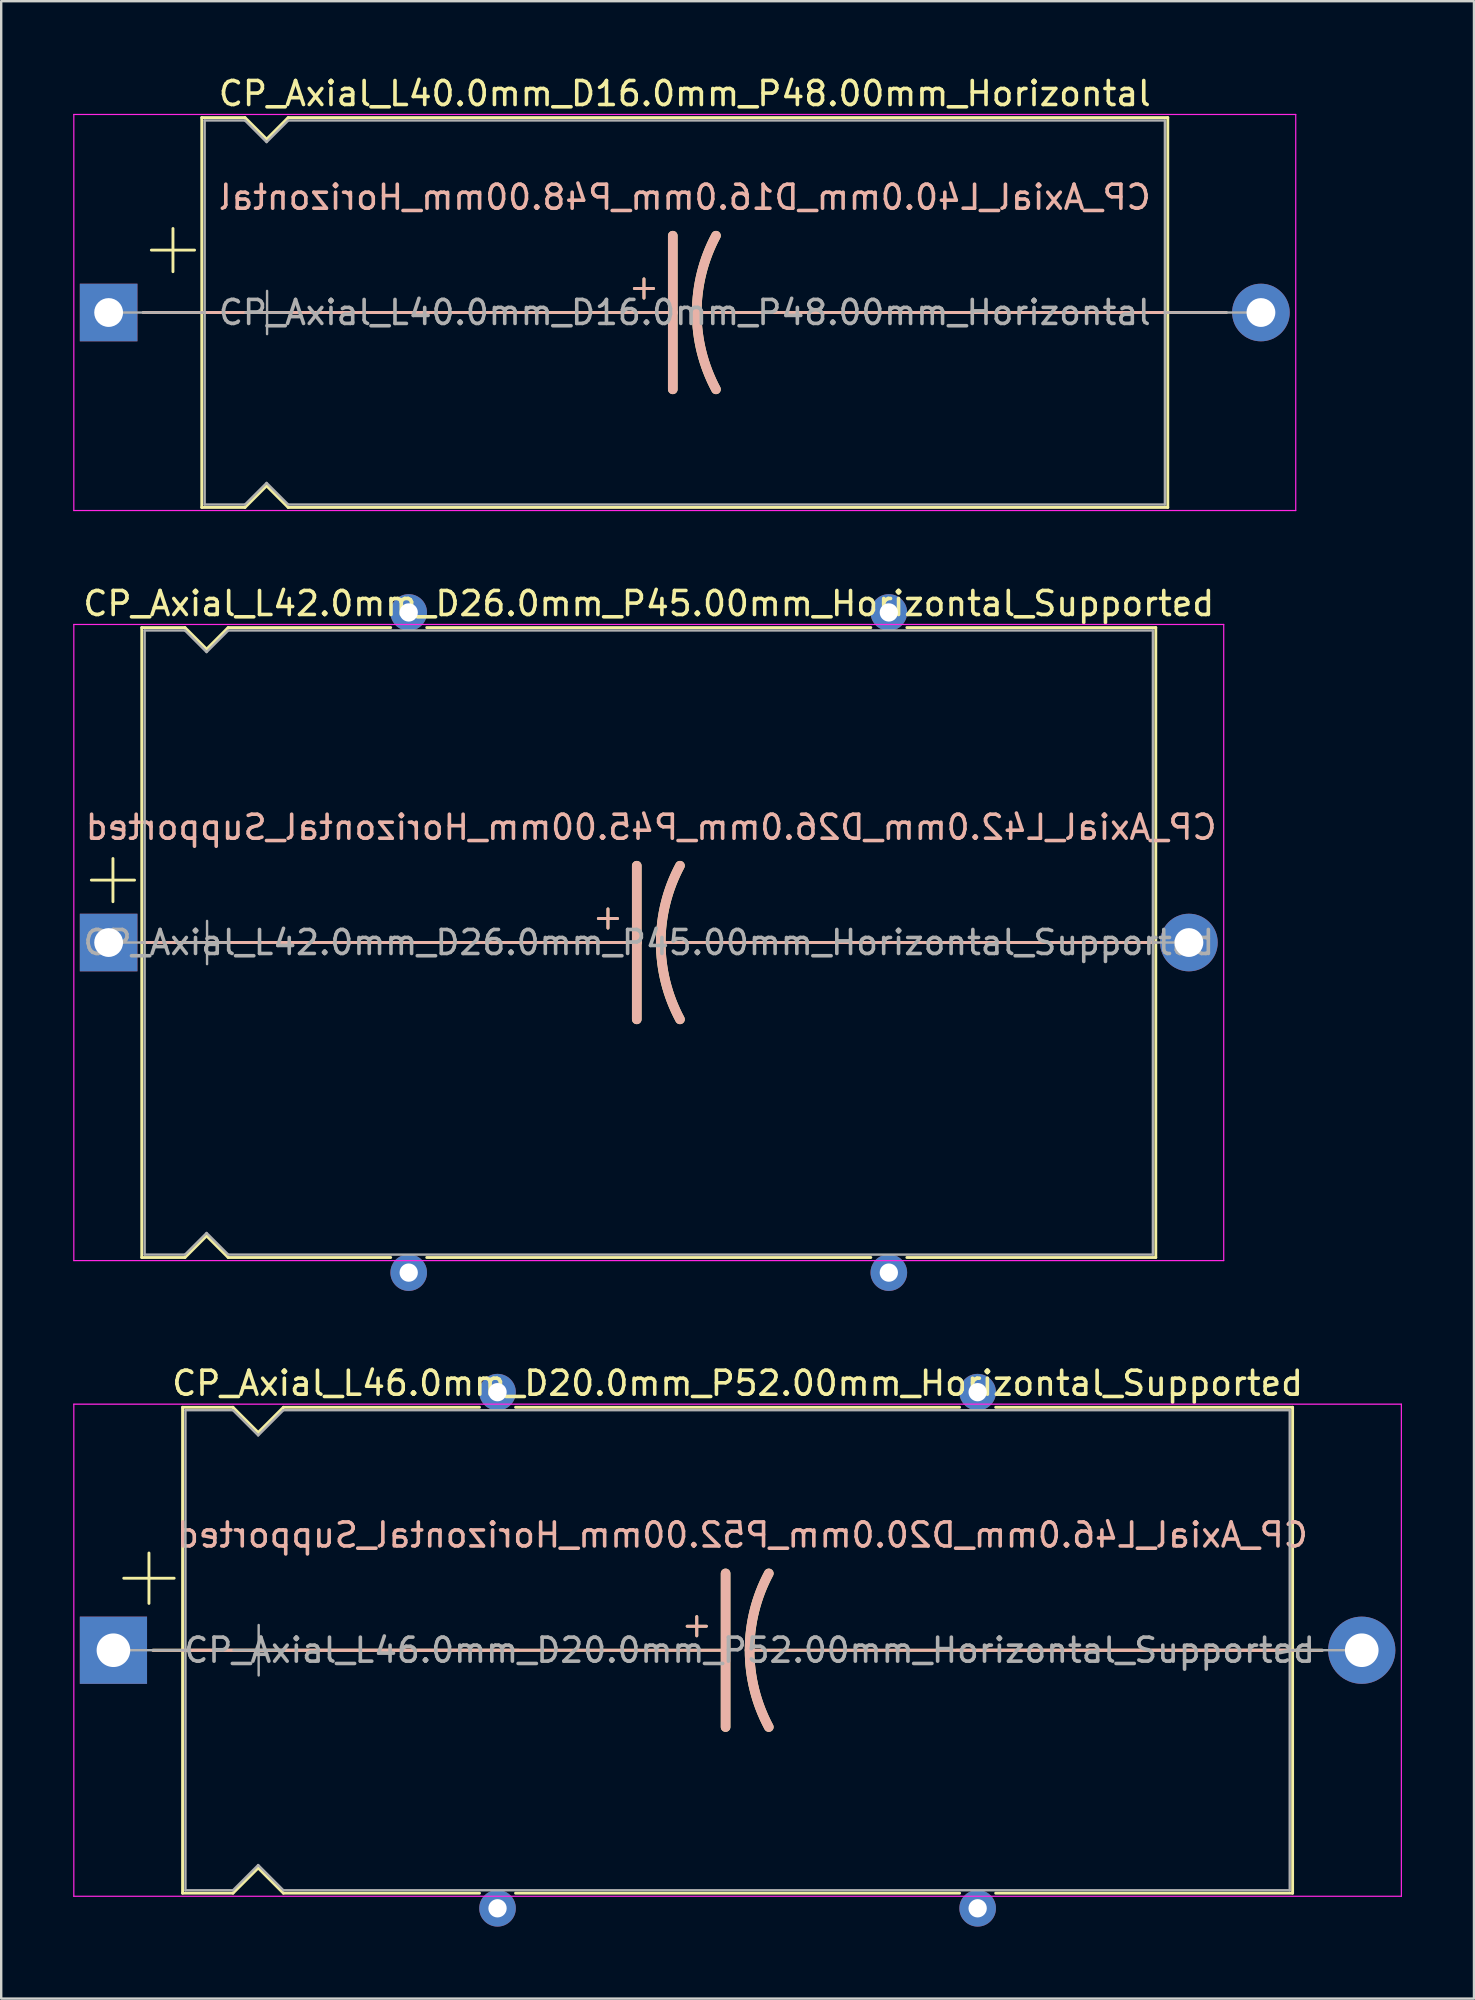
<source format=kicad_pcb>
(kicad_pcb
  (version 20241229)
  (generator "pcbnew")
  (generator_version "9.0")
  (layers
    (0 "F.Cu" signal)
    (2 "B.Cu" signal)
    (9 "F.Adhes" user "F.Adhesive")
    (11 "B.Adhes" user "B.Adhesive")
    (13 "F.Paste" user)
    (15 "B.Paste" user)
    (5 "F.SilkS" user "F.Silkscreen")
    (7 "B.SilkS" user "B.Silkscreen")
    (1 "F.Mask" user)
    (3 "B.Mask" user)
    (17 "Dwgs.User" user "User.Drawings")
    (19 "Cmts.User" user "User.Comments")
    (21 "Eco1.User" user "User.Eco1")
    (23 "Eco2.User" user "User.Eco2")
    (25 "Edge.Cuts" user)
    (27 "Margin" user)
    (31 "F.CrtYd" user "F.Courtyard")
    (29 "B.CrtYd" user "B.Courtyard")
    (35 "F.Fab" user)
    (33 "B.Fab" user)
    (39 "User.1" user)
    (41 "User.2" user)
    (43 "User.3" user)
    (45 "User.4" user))
  (footprint "CP_Axial_L42.0mm_D26.0mm_P45.00mm_Horizontal_Supported"
    (layer "F.Cu")
    (at 1.475 36.212)
    (property "Reference" "CP_Axial_L42.0mm_D26.0mm_P45.00mm_Horizontal_Supported" (at 22.5 -14.12 0) (layer "F.SilkS") (effects (font (size 1 1) (thickness 0.15))))
    (fp_line (start -0.72 -2.6) (end 1.08 -2.6) (stroke (width 0.12) (type solid)) (layer "F.SilkS"))
    (fp_line (start 0.18 -3.5) (end 0.18 -1.7) (stroke (width 0.12) (type solid)) (layer "F.SilkS"))
    (fp_line (start 1.38 -13.12) (end 1.38 13.12) (stroke (width 0.12) (type solid)) (layer "F.SilkS"))
    (fp_line (start 1.38 -13.12) (end 3.18 -13.12) (stroke (width 0.12) (type solid)) (layer "F.SilkS"))
    (fp_line (start 1.38 0) (end 22 0) (stroke (width 0.12) (type solid)) (layer "F.SilkS"))
    (fp_line (start 1.38 13.12) (end 3.18 13.12) (stroke (width 0.12) (type solid)) (layer "F.SilkS"))
    (fp_line (start 3.18 -13.12) (end 4.08 -12.22) (stroke (width 0.12) (type solid)) (layer "F.SilkS"))
    (fp_line (start 3.18 13.12) (end 4.08 12.22) (stroke (width 0.12) (type solid)) (layer "F.SilkS"))
    (fp_line (start 4.08 -12.22) (end 4.98 -13.12) (stroke (width 0.12) (type solid)) (layer "F.SilkS"))
    (fp_line (start 4.08 12.22) (end 4.98 13.12) (stroke (width 0.12) (type solid)) (layer "F.SilkS"))
    (fp_line (start 4.98 -13.12) (end 11.75 -13.12) (stroke (width 0.12) (type solid)) (layer "F.SilkS"))
    (fp_line (start 4.98 13.12) (end 11.75 13.12) (stroke (width 0.12) (type solid)) (layer "F.SilkS"))
    (fp_line (start 13.25 -13.12) (end 31.75 -13.12) (stroke (width 0.12) (type solid)) (layer "F.SilkS"))
    (fp_line (start 13.25 13.12) (end 31.75 13.12) (stroke (width 0.12) (type solid)) (layer "F.SilkS"))
    (fp_line (start 20.4 -1) (end 21.2 -1) (stroke (width 0.12) (type solid)) (layer "F.SilkS"))
    (fp_line (start 20.8 -1.4) (end 20.8 -0.6) (stroke (width 0.12) (type solid)) (layer "F.SilkS"))
    (fp_line (start 22 0) (end 22 -3.2) (stroke (width 0.4) (type solid)) (layer "F.SilkS"))
    (fp_line (start 22 0) (end 22 3.2) (stroke (width 0.4) (type solid)) (layer "F.SilkS"))
    (fp_line (start 33.25 -13.12) (end 43.62 -13.12) (stroke (width 0.12) (type solid)) (layer "F.SilkS"))
    (fp_line (start 33.25 13.12) (end 43.62 13.12) (stroke (width 0.12) (type solid)) (layer "F.SilkS"))
    (fp_line (start 43.62 -13.12) (end 43.62 13.12) (stroke (width 0.12) (type solid)) (layer "F.SilkS"))
    (fp_line (start 43.62 0) (end 23 0) (stroke (width 0.12) (type solid)) (layer "F.SilkS"))
    (fp_arc (start 23 0) (mid 23.203545 -1.649114) (end 23.8 -3.2) (stroke (width 0.4) (type solid)) (layer "F.SilkS"))
    (fp_arc (start 23.8 3.2) (mid 23.200704 1.649824) (end 23 0) (stroke (width 0.4) (type solid)) (layer "F.SilkS"))
    (fp_line (start 1.38 0) (end 22 0) (stroke (width 0.12) (type solid)) (layer "B.SilkS"))
    (fp_line (start 1.4 0) (end 13.38 0) (stroke (width 0.12) (type solid)) (layer "B.SilkS"))
    (fp_line (start 20.4 -1) (end 21.2 -1) (stroke (width 0.12) (type solid)) (layer "B.SilkS"))
    (fp_line (start 20.8 -0.6) (end 20.8 -1.4) (stroke (width 0.12) (type solid)) (layer "B.SilkS"))
    (fp_line (start 22 0) (end 22 -3.2) (stroke (width 0.4) (type solid)) (layer "B.SilkS"))
    (fp_line (start 22 0) (end 22 3.2) (stroke (width 0.4) (type solid)) (layer "B.SilkS"))
    (fp_line (start 43.6 0) (end 31.62 0) (stroke (width 0.12) (type solid)) (layer "B.SilkS"))
    (fp_line (start 43.62 0) (end 23 0) (stroke (width 0.12) (type solid)) (layer "B.SilkS"))
    (fp_arc (start 23 0) (mid 23.200703 -1.649824) (end 23.8 -3.2) (stroke (width 0.4) (type solid)) (layer "B.SilkS"))
    (fp_arc (start 23.8 3.2) (mid 23.203544 1.649114) (end 23 0) (stroke (width 0.4) (type solid)) (layer "B.SilkS"))
    (fp_line (start -1.45 -13.25) (end -1.45 13.25) (stroke (width 0.05) (type solid)) (layer "F.CrtYd"))
    (fp_line (start -1.45 13.25) (end 46.45 13.25) (stroke (width 0.05) (type solid)) (layer "F.CrtYd"))
    (fp_line (start 46.45 -13.25) (end -1.45 -13.25) (stroke (width 0.05) (type solid)) (layer "F.CrtYd"))
    (fp_line (start 46.45 13.25) (end 46.45 -13.25) (stroke (width 0.05) (type solid)) (layer "F.CrtYd"))
    (fp_line (start 0 0) (end 1.5 0) (stroke (width 0.1) (type solid)) (layer "F.Fab"))
    (fp_line (start 1.5 -13) (end 1.5 13) (stroke (width 0.1) (type solid)) (layer "F.Fab"))
    (fp_line (start 1.5 -13) (end 3.18 -13) (stroke (width 0.1) (type solid)) (layer "F.Fab"))
    (fp_line (start 1.5 13) (end 3.18 13) (stroke (width 0.1) (type solid)) (layer "F.Fab"))
    (fp_line (start 3.18 -13) (end 4.08 -12.1) (stroke (width 0.1) (type solid)) (layer "F.Fab"))
    (fp_line (start 3.18 13) (end 4.08 12.1) (stroke (width 0.1) (type solid)) (layer "F.Fab"))
    (fp_line (start 3.2 0) (end 5 0) (stroke (width 0.1) (type solid)) (layer "F.Fab"))
    (fp_line (start 4.08 -12.1) (end 4.98 -13) (stroke (width 0.1) (type solid)) (layer "F.Fab"))
    (fp_line (start 4.08 12.1) (end 4.98 13) (stroke (width 0.1) (type solid)) (layer "F.Fab"))
    (fp_line (start 4.1 -0.9) (end 4.1 0.9) (stroke (width 0.1) (type solid)) (layer "F.Fab"))
    (fp_line (start 4.98 -13) (end 43.5 -13) (stroke (width 0.1) (type solid)) (layer "F.Fab"))
    (fp_line (start 4.98 13) (end 43.5 13) (stroke (width 0.1) (type solid)) (layer "F.Fab"))
    (fp_line (start 43.5 -13) (end 43.5 13) (stroke (width 0.1) (type solid)) (layer "F.Fab"))
    (fp_line (start 45 0) (end 43.5 0) (stroke (width 0.1) (type solid)) (layer "F.Fab"))
    (fp_text user "${REFERENCE}" (at 22.6 -4.8 0) (layer "B.SilkS") (effects (font (size 1 1) (thickness 0.15)) (justify mirror)))
    (fp_text user "${REFERENCE}" (at 22.5 0 0) (layer "F.Fab") (effects (font (size 1 1) (thickness 0.15))))
    (pad "" thru_hole circle (at 12.5 -13.75) (size 1.524 1.524) (drill 0.762) (layers "*.Cu" "*.Mask"))
    (pad "" thru_hole circle (at 12.5 13.75) (size 1.524 1.524) (drill 0.762) (layers "*.Cu" "*.Mask"))
    (pad "" thru_hole circle (at 32.5 -13.75) (size 1.524 1.524) (drill 0.762) (layers "*.Cu" "*.Mask"))
    (pad "" thru_hole circle (at 32.5 13.75) (size 1.524 1.524) (drill 0.762) (layers "*.Cu" "*.Mask"))
    (pad "1" thru_hole rect (at 0 0) (size 2.4 2.4) (drill 1.2) (layers "*.Cu" "*.Mask"))
    (pad "2" thru_hole oval (at 45 0) (size 2.4 2.4) (drill 1.2) (layers "*.Cu" "*.Mask")))
  (footprint "CP_Axial_L46.0mm_D20.0mm_P52.00mm_Horizontal_Supported"
    (layer "F.Cu")
    (at 1.675 65.692)
    (property "Reference" "CP_Axial_L46.0mm_D20.0mm_P52.00mm_Horizontal_Supported" (at 26 -11.12 0) (layer "F.SilkS") (effects (font (size 1 1) (thickness 0.15))))
    (fp_line (start 0.43 -3) (end 2.53 -3) (stroke (width 0.12) (type solid)) (layer "F.SilkS"))
    (fp_line (start 1.48 -4.05) (end 1.48 -1.95) (stroke (width 0.12) (type solid)) (layer "F.SilkS"))
    (fp_line (start 1.64 0) (end 2.88 0) (stroke (width 0.12) (type solid)) (layer "F.SilkS"))
    (fp_line (start 2.88 -10.12) (end 2.88 10.12) (stroke (width 0.12) (type solid)) (layer "F.SilkS"))
    (fp_line (start 2.88 -10.12) (end 4.98 -10.12) (stroke (width 0.12) (type solid)) (layer "F.SilkS"))
    (fp_line (start 2.88 0) (end 25.5 0) (stroke (width 0.12) (type solid)) (layer "F.SilkS"))
    (fp_line (start 2.88 10.12) (end 4.98 10.12) (stroke (width 0.12) (type solid)) (layer "F.SilkS"))
    (fp_line (start 4.98 -10.12) (end 6.03 -9.07) (stroke (width 0.12) (type solid)) (layer "F.SilkS"))
    (fp_line (start 4.98 10.12) (end 6.03 9.07) (stroke (width 0.12) (type solid)) (layer "F.SilkS"))
    (fp_line (start 6.03 -9.07) (end 7.08 -10.12) (stroke (width 0.12) (type solid)) (layer "F.SilkS"))
    (fp_line (start 6.03 9.07) (end 7.08 10.12) (stroke (width 0.12) (type solid)) (layer "F.SilkS"))
    (fp_line (start 7.08 -10.12) (end 15.25 -10.12) (stroke (width 0.12) (type solid)) (layer "F.SilkS"))
    (fp_line (start 7.08 10.12) (end 15.25 10.12) (stroke (width 0.12) (type solid)) (layer "F.SilkS"))
    (fp_line (start 16.75 -10.12) (end 35.25 -10.12) (stroke (width 0.12) (type solid)) (layer "F.SilkS"))
    (fp_line (start 16.75 10.12) (end 35.25 10.12) (stroke (width 0.12) (type solid)) (layer "F.SilkS"))
    (fp_line (start 23.9 -1) (end 24.7 -1) (stroke (width 0.12) (type solid)) (layer "F.SilkS"))
    (fp_line (start 24.3 -1.4) (end 24.3 -0.6) (stroke (width 0.12) (type solid)) (layer "F.SilkS"))
    (fp_line (start 25.5 0) (end 25.5 -3.2) (stroke (width 0.4) (type solid)) (layer "F.SilkS"))
    (fp_line (start 25.5 0) (end 25.5 3.2) (stroke (width 0.4) (type solid)) (layer "F.SilkS"))
    (fp_line (start 36.75 -10.12) (end 49.12 -10.12) (stroke (width 0.12) (type solid)) (layer "F.SilkS"))
    (fp_line (start 36.75 10.12) (end 49.12 10.12) (stroke (width 0.12) (type solid)) (layer "F.SilkS"))
    (fp_line (start 49.12 -10.12) (end 49.12 10.12) (stroke (width 0.12) (type solid)) (layer "F.SilkS"))
    (fp_line (start 49.12 0) (end 26.5 0) (stroke (width 0.12) (type solid)) (layer "F.SilkS"))
    (fp_line (start 50.36 0) (end 49.12 0) (stroke (width 0.12) (type solid)) (layer "F.SilkS"))
    (fp_arc (start 26.5 0) (mid 26.703545 -1.649114) (end 27.3 -3.2) (stroke (width 0.4) (type solid)) (layer "F.SilkS"))
    (fp_arc (start 27.3 3.2) (mid 26.700704 1.649824) (end 26.5 0) (stroke (width 0.4) (type solid)) (layer "F.SilkS"))
    (fp_line (start 1.65 0) (end 16.88 0) (stroke (width 0.12) (type solid)) (layer "B.SilkS"))
    (fp_line (start 2.88 0) (end 25.5 0) (stroke (width 0.12) (type solid)) (layer "B.SilkS"))
    (fp_line (start 23.9 -1) (end 24.7 -1) (stroke (width 0.12) (type solid)) (layer "B.SilkS"))
    (fp_line (start 24.3 -0.6) (end 24.3 -1.4) (stroke (width 0.12) (type solid)) (layer "B.SilkS"))
    (fp_line (start 25.5 0) (end 25.5 -3.2) (stroke (width 0.4) (type solid)) (layer "B.SilkS"))
    (fp_line (start 25.5 0) (end 25.5 3.2) (stroke (width 0.4) (type solid)) (layer "B.SilkS"))
    (fp_line (start 49.12 0) (end 26.5 0) (stroke (width 0.12) (type solid)) (layer "B.SilkS"))
    (fp_line (start 50.35 0) (end 35.12 0) (stroke (width 0.12) (type solid)) (layer "B.SilkS"))
    (fp_arc (start 26.5 0) (mid 26.700703 -1.649824) (end 27.3 -3.2) (stroke (width 0.4) (type solid)) (layer "B.SilkS"))
    (fp_arc (start 27.3 3.2) (mid 26.703544 1.649114) (end 26.5 0) (stroke (width 0.4) (type solid)) (layer "B.SilkS"))
    (fp_line (start -1.65 -10.25) (end -1.65 10.25) (stroke (width 0.05) (type solid)) (layer "F.CrtYd"))
    (fp_line (start -1.65 10.25) (end 53.65 10.25) (stroke (width 0.05) (type solid)) (layer "F.CrtYd"))
    (fp_line (start 53.65 -10.25) (end -1.65 -10.25) (stroke (width 0.05) (type solid)) (layer "F.CrtYd"))
    (fp_line (start 53.65 10.25) (end 53.65 -10.25) (stroke (width 0.05) (type solid)) (layer "F.CrtYd"))
    (fp_line (start 0 0) (end 3 0) (stroke (width 0.1) (type solid)) (layer "F.Fab"))
    (fp_line (start 3 -10) (end 3 10) (stroke (width 0.1) (type solid)) (layer "F.Fab"))
    (fp_line (start 3 -10) (end 4.98 -10) (stroke (width 0.1) (type solid)) (layer "F.Fab"))
    (fp_line (start 3 10) (end 4.98 10) (stroke (width 0.1) (type solid)) (layer "F.Fab"))
    (fp_line (start 4.98 -10) (end 6.03 -8.95) (stroke (width 0.1) (type solid)) (layer "F.Fab"))
    (fp_line (start 4.98 10) (end 6.03 8.95) (stroke (width 0.1) (type solid)) (layer "F.Fab"))
    (fp_line (start 5 0) (end 7.1 0) (stroke (width 0.1) (type solid)) (layer "F.Fab"))
    (fp_line (start 6.03 -8.95) (end 7.08 -10) (stroke (width 0.1) (type solid)) (layer "F.Fab"))
    (fp_line (start 6.03 8.95) (end 7.08 10) (stroke (width 0.1) (type solid)) (layer "F.Fab"))
    (fp_line (start 6.05 -1.05) (end 6.05 1.05) (stroke (width 0.1) (type solid)) (layer "F.Fab"))
    (fp_line (start 7.08 -10) (end 49 -10) (stroke (width 0.1) (type solid)) (layer "F.Fab"))
    (fp_line (start 7.08 10) (end 49 10) (stroke (width 0.1) (type solid)) (layer "F.Fab"))
    (fp_line (start 49 -10) (end 49 10) (stroke (width 0.1) (type solid)) (layer "F.Fab"))
    (fp_line (start 52 0) (end 49 0) (stroke (width 0.1) (type solid)) (layer "F.Fab"))
    (fp_text user "${REFERENCE}" (at 26.2 -4.8 0) (layer "B.SilkS") (effects (font (size 1 1) (thickness 0.15)) (justify mirror)))
    (fp_text user "${REFERENCE}" (at 26.5 0 0) (layer "F.Fab") (effects (font (size 1 1) (thickness 0.15))))
    (pad "" thru_hole circle (at 16 -10.75) (size 1.524 1.524) (drill 0.762) (layers "*.Cu" "*.Mask"))
    (pad "" thru_hole circle (at 16 10.75) (size 1.524 1.524) (drill 0.762) (layers "*.Cu" "*.Mask"))
    (pad "" thru_hole circle (at 36 -10.75) (size 1.524 1.524) (drill 0.762) (layers "*.Cu" "*.Mask"))
    (pad "" thru_hole circle (at 36 10.75) (size 1.524 1.524) (drill 0.762) (layers "*.Cu" "*.Mask"))
    (pad "1" thru_hole rect (at 0 0) (size 2.8 2.8) (drill 1.4) (layers "*.Cu" "*.Mask"))
    (pad "2" thru_hole oval (at 52 0) (size 2.8 2.8) (drill 1.4) (layers "*.Cu" "*.Mask")))
  (footprint "CP_Axial_L40.0mm_D16.0mm_P48.00mm_Horizontal"
    (layer "F.Cu")
    (at 1.475 9.968)
    (property "Reference" "CP_Axial_L40.0mm_D16.0mm_P48.00mm_Horizontal" (at 24 -9.12 0) (layer "F.SilkS") (effects (font (size 1 1) (thickness 0.15))))
    (fp_line (start 1.44 0) (end 3.88 0) (stroke (width 0.12) (type solid)) (layer "F.SilkS"))
    (fp_line (start 1.78 -2.6) (end 3.58 -2.6) (stroke (width 0.12) (type solid)) (layer "F.SilkS"))
    (fp_line (start 2.68 -3.5) (end 2.68 -1.7) (stroke (width 0.12) (type solid)) (layer "F.SilkS"))
    (fp_line (start 3.88 -8.12) (end 3.88 8.12) (stroke (width 0.12) (type solid)) (layer "F.SilkS"))
    (fp_line (start 3.88 -8.12) (end 5.68 -8.12) (stroke (width 0.12) (type solid)) (layer "F.SilkS"))
    (fp_line (start 3.88 0) (end 23.5 0) (stroke (width 0.12) (type solid)) (layer "F.SilkS"))
    (fp_line (start 3.88 8.12) (end 5.68 8.12) (stroke (width 0.12) (type solid)) (layer "F.SilkS"))
    (fp_line (start 5.68 -8.12) (end 6.58 -7.22) (stroke (width 0.12) (type solid)) (layer "F.SilkS"))
    (fp_line (start 5.68 8.12) (end 6.58 7.22) (stroke (width 0.12) (type solid)) (layer "F.SilkS"))
    (fp_line (start 6.58 -7.22) (end 7.48 -8.12) (stroke (width 0.12) (type solid)) (layer "F.SilkS"))
    (fp_line (start 6.58 7.22) (end 7.48 8.12) (stroke (width 0.12) (type solid)) (layer "F.SilkS"))
    (fp_line (start 7.48 -8.12) (end 44.12 -8.12) (stroke (width 0.12) (type solid)) (layer "F.SilkS"))
    (fp_line (start 7.48 8.12) (end 44.12 8.12) (stroke (width 0.12) (type solid)) (layer "F.SilkS"))
    (fp_line (start 21.9 -1) (end 22.7 -1) (stroke (width 0.12) (type solid)) (layer "F.SilkS"))
    (fp_line (start 22.3 -1.4) (end 22.3 -0.6) (stroke (width 0.12) (type solid)) (layer "F.SilkS"))
    (fp_line (start 23.5 0) (end 23.5 -3.2) (stroke (width 0.4) (type solid)) (layer "F.SilkS"))
    (fp_line (start 23.5 0) (end 23.5 3.2) (stroke (width 0.4) (type solid)) (layer "F.SilkS"))
    (fp_line (start 44.12 -8.12) (end 44.12 8.12) (stroke (width 0.12) (type solid)) (layer "F.SilkS"))
    (fp_line (start 44.12 0) (end 24.5 0) (stroke (width 0.12) (type solid)) (layer "F.SilkS"))
    (fp_line (start 46.56 0) (end 44.12 0) (stroke (width 0.12) (type solid)) (layer "F.SilkS"))
    (fp_arc (start 24.5 0) (mid 24.703545 -1.649114) (end 25.3 -3.2) (stroke (width 0.4) (type solid)) (layer "F.SilkS"))
    (fp_arc (start 25.3 3.2) (mid 24.700704 1.649824) (end 24.5 0) (stroke (width 0.4) (type solid)) (layer "F.SilkS"))
    (fp_line (start 1.45 0) (end 14.88 0) (stroke (width 0.12) (type solid)) (layer "B.SilkS"))
    (fp_line (start 3.88 0) (end 23.5 0) (stroke (width 0.12) (type solid)) (layer "B.SilkS"))
    (fp_line (start 21.9 -1) (end 22.7 -1) (stroke (width 0.12) (type solid)) (layer "B.SilkS"))
    (fp_line (start 22.3 -0.6) (end 22.3 -1.4) (stroke (width 0.12) (type solid)) (layer "B.SilkS"))
    (fp_line (start 23.5 0) (end 23.5 -3.2) (stroke (width 0.4) (type solid)) (layer "B.SilkS"))
    (fp_line (start 23.5 0) (end 23.5 3.2) (stroke (width 0.4) (type solid)) (layer "B.SilkS"))
    (fp_line (start 44.12 0) (end 24.5 0) (stroke (width 0.12) (type solid)) (layer "B.SilkS"))
    (fp_line (start 46.55 0) (end 33.12 0) (stroke (width 0.12) (type solid)) (layer "B.SilkS"))
    (fp_arc (start 24.5 0) (mid 24.700703 -1.649824) (end 25.3 -3.2) (stroke (width 0.4) (type solid)) (layer "B.SilkS"))
    (fp_arc (start 25.3 3.2) (mid 24.703544 1.649114) (end 24.5 0) (stroke (width 0.4) (type solid)) (layer "B.SilkS"))
    (fp_line (start -1.45 -8.25) (end -1.45 8.25) (stroke (width 0.05) (type solid)) (layer "F.CrtYd"))
    (fp_line (start -1.45 8.25) (end 49.45 8.25) (stroke (width 0.05) (type solid)) (layer "F.CrtYd"))
    (fp_line (start 49.45 -8.25) (end -1.45 -8.25) (stroke (width 0.05) (type solid)) (layer "F.CrtYd"))
    (fp_line (start 49.45 8.25) (end 49.45 -8.25) (stroke (width 0.05) (type solid)) (layer "F.CrtYd"))
    (fp_line (start 0 0) (end 4 0) (stroke (width 0.1) (type solid)) (layer "F.Fab"))
    (fp_line (start 4 -8) (end 4 8) (stroke (width 0.1) (type solid)) (layer "F.Fab"))
    (fp_line (start 4 -8) (end 5.68 -8) (stroke (width 0.1) (type solid)) (layer "F.Fab"))
    (fp_line (start 4 8) (end 5.68 8) (stroke (width 0.1) (type solid)) (layer "F.Fab"))
    (fp_line (start 5.68 -8) (end 6.58 -7.1) (stroke (width 0.1) (type solid)) (layer "F.Fab"))
    (fp_line (start 5.68 8) (end 6.58 7.1) (stroke (width 0.1) (type solid)) (layer "F.Fab"))
    (fp_line (start 5.7 0) (end 7.5 0) (stroke (width 0.1) (type solid)) (layer "F.Fab"))
    (fp_line (start 6.58 -7.1) (end 7.48 -8) (stroke (width 0.1) (type solid)) (layer "F.Fab"))
    (fp_line (start 6.58 7.1) (end 7.48 8) (stroke (width 0.1) (type solid)) (layer "F.Fab"))
    (fp_line (start 6.6 -0.9) (end 6.6 0.9) (stroke (width 0.1) (type solid)) (layer "F.Fab"))
    (fp_line (start 7.48 -8) (end 44 -8) (stroke (width 0.1) (type solid)) (layer "F.Fab"))
    (fp_line (start 7.48 8) (end 44 8) (stroke (width 0.1) (type solid)) (layer "F.Fab"))
    (fp_line (start 44 -8) (end 44 8) (stroke (width 0.1) (type solid)) (layer "F.Fab"))
    (fp_line (start 48 0) (end 44 0) (stroke (width 0.1) (type solid)) (layer "F.Fab"))
    (fp_text user "${REFERENCE}" (at 24 -4.8 0) (layer "B.SilkS") (effects (font (size 1 1) (thickness 0.15)) (justify mirror)))
    (fp_text user "${REFERENCE}" (at 24 0 0) (layer "F.Fab") (effects (font (size 1 1) (thickness 0.15))))
    (pad "1" thru_hole rect (at 0 0) (size 2.4 2.4) (drill 1.2) (layers "*.Cu" "*.Mask"))
    (pad "2" thru_hole oval (at 48 0) (size 2.4 2.4) (drill 1.2) (layers "*.Cu" "*.Mask")))
  (gr_rect
    (start -3 -3)
    (end 58.35 80.204)
    (stroke (width 0.1) (type default))
    (fill no)
    (layer "Edge.Cuts")))
</source>
